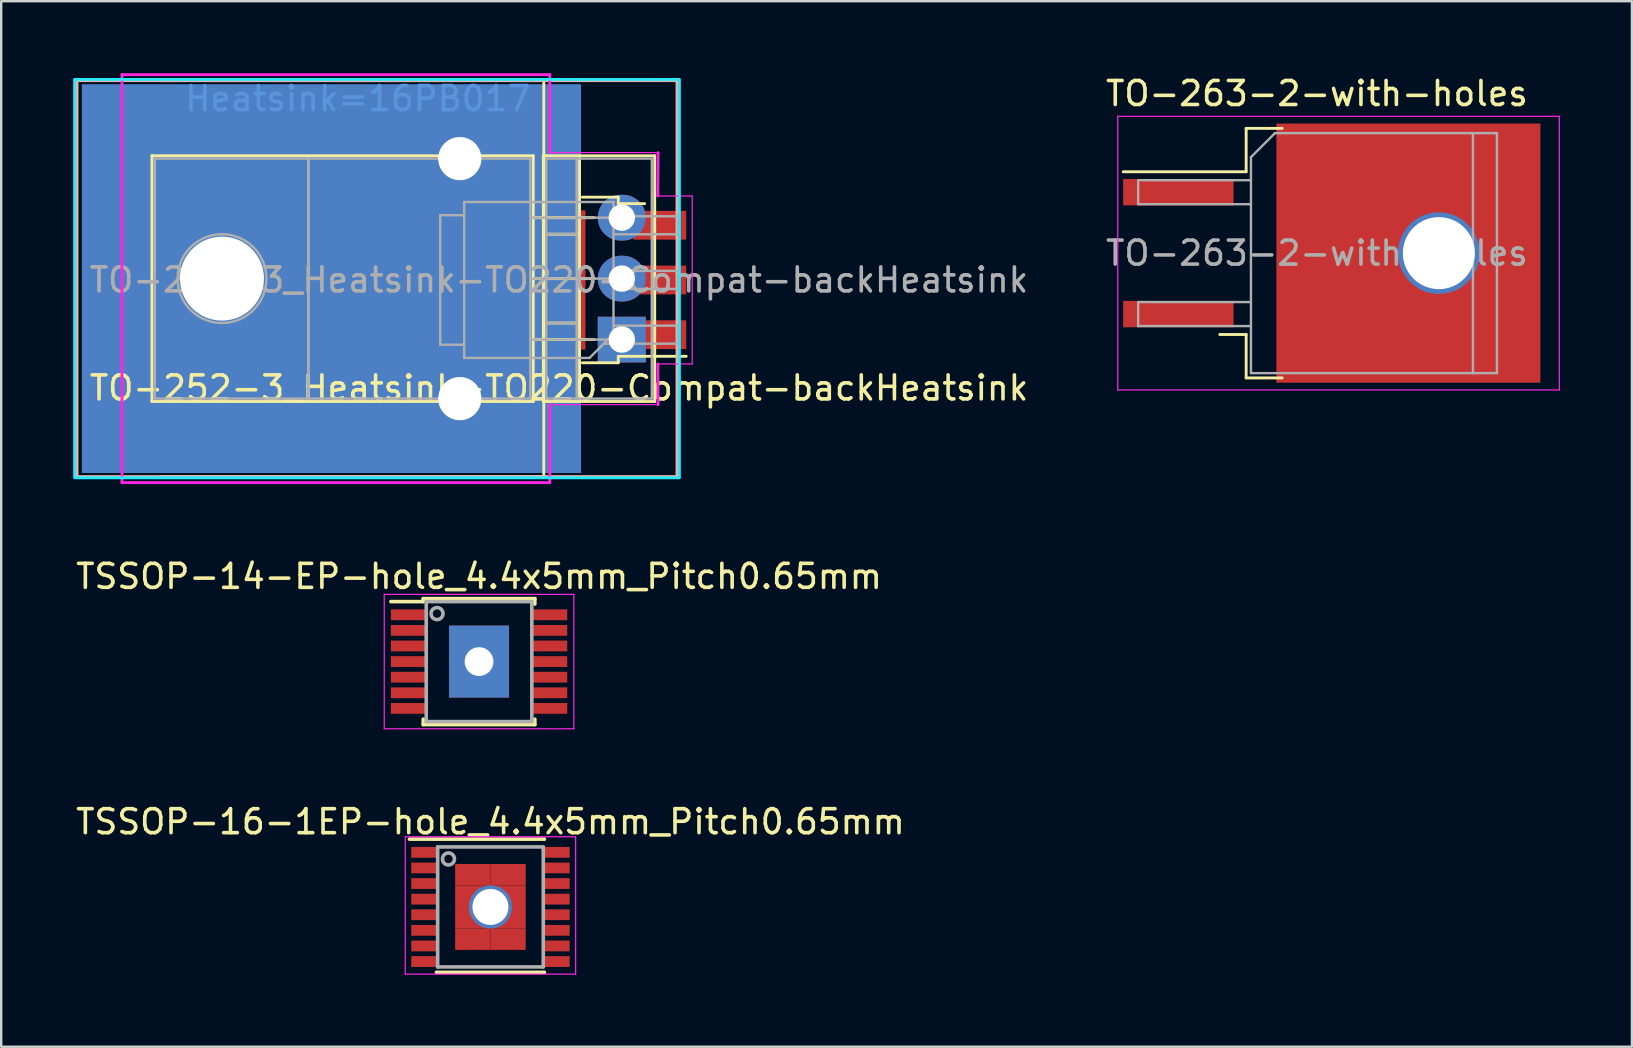
<source format=kicad_pcb>
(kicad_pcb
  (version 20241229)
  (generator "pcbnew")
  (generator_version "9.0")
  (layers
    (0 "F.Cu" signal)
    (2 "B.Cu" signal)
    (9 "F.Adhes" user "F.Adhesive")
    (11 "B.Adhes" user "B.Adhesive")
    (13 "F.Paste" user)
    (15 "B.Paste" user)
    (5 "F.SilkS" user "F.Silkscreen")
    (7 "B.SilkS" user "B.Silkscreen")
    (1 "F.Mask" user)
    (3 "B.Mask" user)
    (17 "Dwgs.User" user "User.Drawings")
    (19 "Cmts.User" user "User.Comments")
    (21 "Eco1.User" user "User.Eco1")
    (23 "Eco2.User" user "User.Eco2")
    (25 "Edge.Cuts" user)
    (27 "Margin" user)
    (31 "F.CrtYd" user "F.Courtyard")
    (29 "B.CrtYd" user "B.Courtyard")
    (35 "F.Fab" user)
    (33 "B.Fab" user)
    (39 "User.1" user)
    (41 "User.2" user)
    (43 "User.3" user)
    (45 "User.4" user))
  (footprint "TO-252-3_Heatsink-TO220-Compat-backHeatsink"
    (layer "F.Cu")
    (at 22.86 8.56)
    (property "Reference" "TO-252-3_Heatsink-TO220-Compat-backHeatsink" (at -2.616 4.556 180) (layer "F.SilkS") (effects (font (size 1 1) (thickness 0.15))))
    (attr through_hole)
    (fp_line (start -19.58 -5.12) (end -3.69 -5.12) (stroke (width 0.12) (type solid)) (layer "F.SilkS"))
    (fp_line (start -19.58 5.12) (end -19.58 -5.12) (stroke (width 0.12) (type solid)) (layer "F.SilkS"))
    (fp_line (start -19.58 5.12) (end -3.69 5.12) (stroke (width 0.12) (type solid)) (layer "F.SilkS"))
    (fp_line (start -3.69 -2.54) (end -1.15 -2.54) (stroke (width 0.12) (type solid)) (layer "F.SilkS"))
    (fp_line (start -3.69 0) (end -1.15 0) (stroke (width 0.12) (type solid)) (layer "F.SilkS"))
    (fp_line (start -3.69 2.54) (end -1.15 2.54) (stroke (width 0.12) (type solid)) (layer "F.SilkS"))
    (fp_line (start -3.69 5.12) (end -3.69 -5.12) (stroke (width 0.12) (type solid)) (layer "F.SilkS"))
    (fp_line (start -3.27 -5.12) (end 1.371 -5.12) (stroke (width 0.12) (type solid)) (layer "F.SilkS"))
    (fp_line (start -3.27 -1.851) (end -1.76 -1.851) (stroke (width 0.12) (type solid)) (layer "F.SilkS"))
    (fp_line (start -3.27 1.85) (end -1.76 1.85) (stroke (width 0.12) (type solid)) (layer "F.SilkS"))
    (fp_line (start -3.27 5.12) (end -3.27 -5.12) (stroke (width 0.12) (type solid)) (layer "F.SilkS"))
    (fp_line (start -3.27 5.12) (end 1.371 5.12) (stroke (width 0.12) (type solid)) (layer "F.SilkS"))
    (fp_line (start -3.25 -8.25) (end -19.25 -8.25) (stroke (width 0.12) (type solid)) (layer "F.SilkS"))
    (fp_line (start -3.25 0) (end -3.25 -8.25) (stroke (width 0.12) (type solid)) (layer "F.SilkS"))
    (fp_line (start -3.25 0) (end -3.25 8.25) (stroke (width 0.12) (type solid)) (layer "F.SilkS"))
    (fp_line (start -3.25 8.25) (end -19.25 8.25) (stroke (width 0.12) (type solid)) (layer "F.SilkS"))
    (fp_line (start -1.76 5.12) (end -1.76 -5.12) (stroke (width 0.12) (type solid)) (layer "F.SilkS"))
    (fp_line (start -1.646 -3.394) (end -0.146 -3.394) (stroke (width 0.12) (type solid)) (layer "F.SilkS"))
    (fp_line (start -1.646 3.506) (end -0.146 3.506) (stroke (width 0.12) (type solid)) (layer "F.SilkS"))
    (fp_line (start -0.146 -3.394) (end -0.146 -3.124) (stroke (width 0.12) (type solid)) (layer "F.SilkS"))
    (fp_line (start -0.146 -3.124) (end 0.954 -3.124) (stroke (width 0.12) (type solid)) (layer "F.SilkS"))
    (fp_line (start -0.146 3.236) (end 2.684 3.236) (stroke (width 0.12) (type solid)) (layer "F.SilkS"))
    (fp_line (start -0.146 3.506) (end -0.146 3.236) (stroke (width 0.12) (type solid)) (layer "F.SilkS"))
    (fp_line (start 1.371 5.12) (end 1.371 -5.12) (stroke (width 0.12) (type solid)) (layer "F.SilkS"))
    (fp_rect (start -22.7 -8.25) (end 2.3 8.25) (stroke (width 0.12) (type solid)) (fill no) (layer "B.SilkS"))
    (fp_rect (start -22.8 -8.3) (end 2.4 8.3) (stroke (width 0.12) (type solid)) (fill no) (layer "B.CrtYd"))
    (fp_line (start -20.828 -8.5) (end -3 -8.5) (stroke (width 0.12) (type solid)) (layer "F.CrtYd"))
    (fp_line (start -20.828 8.5) (end -20.828 -8.5) (stroke (width 0.12) (type solid)) (layer "F.CrtYd"))
    (fp_line (start -3 -8.5) (end -3 -5.25) (stroke (width 0.12) (type solid)) (layer "F.CrtYd"))
    (fp_line (start -3 5.25) (end -3 8.5) (stroke (width 0.12) (type solid)) (layer "F.CrtYd"))
    (fp_line (start -3 5.25) (end 1.51 5.25) (stroke (width 0.05) (type solid)) (layer "F.CrtYd"))
    (fp_line (start -3 8.5) (end -20.828 8.5) (stroke (width 0.12) (type solid)) (layer "F.CrtYd"))
    (fp_line (start 1.5 3.556) (end 1.51 5.25) (stroke (width 0.12) (type solid)) (layer "F.CrtYd"))
    (fp_line (start 1.5 3.556) (end 2.934 3.556) (stroke (width 0.05) (type solid)) (layer "F.CrtYd"))
    (fp_line (start 1.51 -5.25) (end -3 -5.25) (stroke (width 0.05) (type solid)) (layer "F.CrtYd"))
    (fp_line (start 1.51 -5.25) (end 1.5 -3.444) (stroke (width 0.12) (type solid)) (layer "F.CrtYd"))
    (fp_line (start 2.934 -3.444) (end 1.5 -3.444) (stroke (width 0.05) (type solid)) (layer "F.CrtYd"))
    (fp_line (start 2.934 3.556) (end 2.934 -3.444) (stroke (width 0.05) (type solid)) (layer "F.CrtYd"))
    (fp_line (start -19.46 -5) (end -13.06 -5) (stroke (width 0.1) (type solid)) (layer "F.Fab"))
    (fp_line (start -19.46 5) (end -19.46 -5) (stroke (width 0.1) (type solid)) (layer "F.Fab"))
    (fp_line (start -13.06 -5) (end -13.06 5) (stroke (width 0.1) (type solid)) (layer "F.Fab"))
    (fp_line (start -13.06 -5) (end -3.81 -5) (stroke (width 0.1) (type solid)) (layer "F.Fab"))
    (fp_line (start -13.06 5) (end -19.46 5) (stroke (width 0.1) (type solid)) (layer "F.Fab"))
    (fp_line (start -13.06 5) (end -13.06 -5) (stroke (width 0.1) (type solid)) (layer "F.Fab"))
    (fp_line (start -7.566 -2.644) (end -6.566 -2.644) (stroke (width 0.1) (type solid)) (layer "F.Fab"))
    (fp_line (start -7.566 2.756) (end -7.566 -2.644) (stroke (width 0.1) (type solid)) (layer "F.Fab"))
    (fp_line (start -6.566 -3.194) (end -0.346 -3.194) (stroke (width 0.1) (type solid)) (layer "F.Fab"))
    (fp_line (start -6.566 2.756) (end -7.566 2.756) (stroke (width 0.1) (type solid)) (layer "F.Fab"))
    (fp_line (start -6.566 3.306) (end -6.566 -3.194) (stroke (width 0.1) (type solid)) (layer "F.Fab"))
    (fp_line (start -3.81 -5) (end -3.81 5) (stroke (width 0.1) (type solid)) (layer "F.Fab"))
    (fp_line (start -3.81 -2.54) (end 0 -2.54) (stroke (width 0.1) (type solid)) (layer "F.Fab"))
    (fp_line (start -3.81 0) (end 0 0) (stroke (width 0.1) (type solid)) (layer "F.Fab"))
    (fp_line (start -3.81 2.54) (end 0 2.54) (stroke (width 0.1) (type solid)) (layer "F.Fab"))
    (fp_line (start -3.81 5) (end -13.06 5) (stroke (width 0.1) (type solid)) (layer "F.Fab"))
    (fp_line (start -3.15 -5) (end -3.15 5) (stroke (width 0.1) (type solid)) (layer "F.Fab"))
    (fp_line (start -3.15 -1.85) (end -1.88 -1.85) (stroke (width 0.1) (type solid)) (layer "F.Fab"))
    (fp_line (start -3.15 1.85) (end -1.88 1.85) (stroke (width 0.1) (type solid)) (layer "F.Fab"))
    (fp_line (start -3.15 5) (end 1.25 5) (stroke (width 0.1) (type solid)) (layer "F.Fab"))
    (fp_line (start -1.88 5) (end -1.88 -5) (stroke (width 0.1) (type solid)) (layer "F.Fab"))
    (fp_line (start -1.346 3.306) (end -6.566 3.306) (stroke (width 0.1) (type solid)) (layer "F.Fab"))
    (fp_line (start -0.751 2.711) (end 2.354 2.711) (stroke (width 0.1) (type solid)) (layer "F.Fab"))
    (fp_line (start -0.346 -3.194) (end -0.346 2.306) (stroke (width 0.1) (type solid)) (layer "F.Fab"))
    (fp_line (start -0.346 -1.849) (end 2.354 -1.849) (stroke (width 0.1) (type solid)) (layer "F.Fab"))
    (fp_line (start -0.346 0.431) (end 2.354 0.431) (stroke (width 0.1) (type solid)) (layer "F.Fab"))
    (fp_line (start -0.346 2.306) (end -1.346 3.306) (stroke (width 0.1) (type solid)) (layer "F.Fab"))
    (fp_line (start 1.25 -5) (end -3.15 -5) (stroke (width 0.1) (type solid)) (layer "F.Fab"))
    (fp_line (start 1.25 5) (end 1.25 -5) (stroke (width 0.1) (type solid)) (layer "F.Fab"))
    (fp_line (start 2.354 -2.599) (end -0.346 -2.599) (stroke (width 0.1) (type solid)) (layer "F.Fab"))
    (fp_line (start 2.354 -1.849) (end 2.354 -2.599) (stroke (width 0.1) (type solid)) (layer "F.Fab"))
    (fp_line (start 2.354 -0.319) (end -0.346 -0.319) (stroke (width 0.1) (type solid)) (layer "F.Fab"))
    (fp_line (start 2.354 0.431) (end 2.354 -0.319) (stroke (width 0.1) (type solid)) (layer "F.Fab"))
    (fp_line (start 2.354 1.961) (end -0.346 1.961) (stroke (width 0.1) (type solid)) (layer "F.Fab"))
    (fp_line (start 2.354 2.711) (end 2.354 1.961) (stroke (width 0.1) (type solid)) (layer "F.Fab"))
    (fp_circle (center -16.66 0) (end -16.66 -1.85) (stroke (width 0.1) (type solid)) (fill no) (layer "F.Fab"))
    (fp_text user "Heatsink=16PB017" (at -11 -7.5 0) (unlocked yes) (layer "Cmts.User") (effects (font (size 1 1) (thickness 0.15))))
    (fp_text user "${REFERENCE}" (at -2.616 0.056 180) (layer "F.Fab") (effects (font (size 1 1) (thickness 0.15))))
    (pad "" smd rect (at -6.391 -1.469 180) (size 3.05 2.75) (layers "F.Paste"))
    (pad "" smd rect (at -6.391 1.581 180) (size 3.05 2.75) (layers "F.Paste"))
    (pad "" smd rect (at -3.041 -1.469 180) (size 3.05 2.75) (layers "F.Paste"))
    (pad "" smd rect (at -3.041 1.581 180) (size 3.05 2.75) (layers "F.Paste"))
    (pad "1" thru_hole rect (at 0 2.54 90) (size 1.905 2) (drill 1.1) (layers "*.Cu" "*.Mask"))
    (pad "1" smd rect (at 1.584 2.336 180) (size 2.2 1.2) (layers "F.Cu" "F.Mask" "F.Paste"))
    (pad "2" thru_hole circle (at -16.66 0 90) (size 6.6 6.6) (drill 3.5) (layers "*.Cu" "*.Mask"))
    (pad "2" smd rect (at -12.1 0) (size 20.8 16.2) (layers "B.Cu" "B.Mask"))
    (pad "2" smd rect (at -11.938 0 180) (size 17.272 14.732) (layers "F.Cu" "F.Mask"))
    (pad "2" thru_hole circle (at -6.75 -5) (size 3.8 3.8) (drill 1.8) (layers "*.Cu" "*.Mask"))
    (pad "2" thru_hole circle (at -6.75 5) (size 3.8 3.8) (drill 1.8) (layers "*.Cu" "*.Mask"))
    (pad "2" smd rect (at -4.716 0.056 180) (size 6.4 5.8) (layers "F.Cu" "F.Mask"))
    (pad "2" thru_hole oval (at 0 0 90) (size 1.905 2) (drill 1.1) (layers "*.Cu" "*.Mask"))
    (pad "2" smd rect (at 1.584 0.056 180) (size 2.2 1.2) (layers "F.Cu" "F.Mask" "F.Paste"))
    (pad "3" thru_hole oval (at 0 -2.54 90) (size 1.905 2) (drill 1.1) (layers "*.Cu" "*.Mask"))
    (pad "3" smd rect (at 1.584 -2.224 180) (size 2.2 1.2) (layers "F.Cu" "F.Mask" "F.Paste")))
  (footprint "TSSOP-14-EP-hole_4.4x5mm_Pitch0.65mm"
    (layer "F.Cu")
    (at 16.911 24.518)
    (property "Reference" "TSSOP-14-EP-hole_4.4x5mm_Pitch0.65mm" (at 0 -3.55 0) (layer "F.SilkS") (effects (font (size 1 1) (thickness 0.15))))
    (attr smd)
    (fp_line (start -2.325 -2.625) (end -2.325 -2.5) (stroke (width 0.15) (type solid)) (layer "F.SilkS"))
    (fp_line (start -2.325 -2.625) (end 2.325 -2.625) (stroke (width 0.15) (type solid)) (layer "F.SilkS"))
    (fp_line (start -2.325 -2.5) (end -3.675 -2.5) (stroke (width 0.15) (type solid)) (layer "F.SilkS"))
    (fp_line (start -2.325 2.625) (end -2.325 2.4) (stroke (width 0.15) (type solid)) (layer "F.SilkS"))
    (fp_line (start -2.325 2.625) (end 2.325 2.625) (stroke (width 0.15) (type solid)) (layer "F.SilkS"))
    (fp_line (start 2.325 -2.625) (end 2.325 -2.4) (stroke (width 0.15) (type solid)) (layer "F.SilkS"))
    (fp_line (start 2.325 2.625) (end 2.325 2.4) (stroke (width 0.15) (type solid)) (layer "F.SilkS"))
    (fp_line (start -3.95 -2.8) (end -3.95 2.8) (stroke (width 0.05) (type solid)) (layer "F.CrtYd"))
    (fp_line (start -3.95 -2.8) (end 3.95 -2.8) (stroke (width 0.05) (type solid)) (layer "F.CrtYd"))
    (fp_line (start -3.95 2.8) (end 3.95 2.8) (stroke (width 0.05) (type solid)) (layer "F.CrtYd"))
    (fp_line (start 3.95 -2.8) (end 3.95 2.8) (stroke (width 0.05) (type solid)) (layer "F.CrtYd"))
    (fp_line (start -2.2 -2.5) (end 2.2 -2.5) (stroke (width 0.15) (type solid)) (layer "F.Fab"))
    (fp_line (start -2.2 2.5) (end -2.2 -2.5) (stroke (width 0.15) (type solid)) (layer "F.Fab"))
    (fp_line (start 2.2 -2.5) (end 2.2 2.5) (stroke (width 0.15) (type solid)) (layer "F.Fab"))
    (fp_line (start 2.2 2.5) (end -2.2 2.5) (stroke (width 0.15) (type solid)) (layer "F.Fab"))
    (fp_circle (center -1.75 -2) (end -2 -2) (stroke (width 0.15) (type solid)) (fill no) (layer "F.Fab"))
    (pad "1" smd rect (at -2.95 -1.95) (size 1.45 0.45) (layers "F.Cu" "F.Mask" "F.Paste"))
    (pad "2" smd rect (at -2.95 -1.3) (size 1.45 0.45) (layers "F.Cu" "F.Mask" "F.Paste"))
    (pad "3" smd rect (at -2.95 -0.65) (size 1.45 0.45) (layers "F.Cu" "F.Mask" "F.Paste"))
    (pad "4" smd rect (at -2.95 0) (size 1.45 0.45) (layers "F.Cu" "F.Mask" "F.Paste"))
    (pad "5" smd rect (at -2.95 0.65) (size 1.45 0.45) (layers "F.Cu" "F.Mask" "F.Paste"))
    (pad "6" smd rect (at -2.95 1.3) (size 1.45 0.45) (layers "F.Cu" "F.Mask" "F.Paste"))
    (pad "7" smd rect (at -2.95 1.95) (size 1.45 0.45) (layers "F.Cu" "F.Mask" "F.Paste"))
    (pad "8" smd rect (at 2.95 1.95) (size 1.45 0.45) (layers "F.Cu" "F.Mask" "F.Paste"))
    (pad "9" smd rect (at 2.95 1.3) (size 1.45 0.45) (layers "F.Cu" "F.Mask" "F.Paste"))
    (pad "10" smd rect (at 2.95 0.65) (size 1.45 0.45) (layers "F.Cu" "F.Mask" "F.Paste"))
    (pad "11" smd rect (at 2.95 0) (size 1.45 0.45) (layers "F.Cu" "F.Mask" "F.Paste"))
    (pad "12" smd rect (at 2.95 -0.65) (size 1.45 0.45) (layers "F.Cu" "F.Mask" "F.Paste"))
    (pad "13" smd rect (at 2.95 -1.3) (size 1.45 0.45) (layers "F.Cu" "F.Mask" "F.Paste"))
    (pad "14" smd rect (at 2.95 -1.95) (size 1.45 0.45) (layers "F.Cu" "F.Mask" "F.Paste"))
    (pad "15" thru_hole rect (at 0 0) (size 2.5 3) (drill 1.2) (layers "*.Cu" "*.Mask")))
  (footprint "TSSOP-16-1EP-hole_4.4x5mm_Pitch0.65mm"
    (layer "F.Cu")
    (at 17.387 34.742)
    (property "Reference" "TSSOP-16-1EP-hole_4.4x5mm_Pitch0.65mm" (at 0 -3.55 0) (layer "F.SilkS") (effects (font (size 1 1) (thickness 0.15))))
    (attr smd)
    (fp_line (start -3.375 -2.825) (end 2.25 -2.825) (stroke (width 0.15) (type solid)) (layer "F.SilkS"))
    (fp_line (start -2.25 2.725) (end 2.25 2.725) (stroke (width 0.15) (type solid)) (layer "F.SilkS"))
    (fp_line (start -3.55 -2.925) (end -3.55 2.8) (stroke (width 0.05) (type solid)) (layer "F.CrtYd"))
    (fp_line (start -3.55 -2.925) (end 3.55 -2.925) (stroke (width 0.05) (type solid)) (layer "F.CrtYd"))
    (fp_line (start -3.55 2.8) (end 3.55 2.8) (stroke (width 0.05) (type solid)) (layer "F.CrtYd"))
    (fp_line (start 3.55 -2.925) (end 3.55 2.8) (stroke (width 0.05) (type solid)) (layer "F.CrtYd"))
    (fp_line (start -2.2 -2.5) (end 2.2 -2.5) (stroke (width 0.15) (type solid)) (layer "F.Fab"))
    (fp_line (start -2.2 2.5) (end -2.2 -2.5) (stroke (width 0.15) (type solid)) (layer "F.Fab"))
    (fp_line (start 2.2 -2.5) (end 2.2 2.5) (stroke (width 0.15) (type solid)) (layer "F.Fab"))
    (fp_line (start 2.2 2.5) (end -2.2 2.5) (stroke (width 0.15) (type solid)) (layer "F.Fab"))
    (fp_circle (center -1.75 -2) (end -2 -2) (stroke (width 0.15) (type solid)) (fill no) (layer "F.Fab"))
    (pad "1" smd rect (at -2.775 -2.275) (size 1.05 0.45) (layers "F.Cu" "F.Mask" "F.Paste"))
    (pad "2" smd rect (at -2.775 -1.625) (size 1.05 0.45) (layers "F.Cu" "F.Mask" "F.Paste"))
    (pad "3" smd rect (at -2.775 -0.975) (size 1.05 0.45) (layers "F.Cu" "F.Mask" "F.Paste"))
    (pad "4" smd rect (at -2.775 -0.325) (size 1.05 0.45) (layers "F.Cu" "F.Mask" "F.Paste"))
    (pad "5" smd rect (at -2.775 0.325) (size 1.05 0.45) (layers "F.Cu" "F.Mask" "F.Paste"))
    (pad "6" smd rect (at -2.775 0.975) (size 1.05 0.45) (layers "F.Cu" "F.Mask" "F.Paste"))
    (pad "7" smd rect (at -2.775 1.625) (size 1.05 0.45) (layers "F.Cu" "F.Mask" "F.Paste"))
    (pad "8" smd rect (at -2.775 2.275) (size 1.05 0.45) (layers "F.Cu" "F.Mask" "F.Paste"))
    (pad "9" smd rect (at 2.775 2.275) (size 1.05 0.45) (layers "F.Cu" "F.Mask" "F.Paste"))
    (pad "10" smd rect (at 2.775 1.625) (size 1.05 0.45) (layers "F.Cu" "F.Mask" "F.Paste"))
    (pad "11" smd rect (at 2.775 0.975) (size 1.05 0.45) (layers "F.Cu" "F.Mask" "F.Paste"))
    (pad "12" smd rect (at 2.775 0.325) (size 1.05 0.45) (layers "F.Cu" "F.Mask" "F.Paste"))
    (pad "13" smd rect (at 2.775 -0.325) (size 1.05 0.45) (layers "F.Cu" "F.Mask" "F.Paste"))
    (pad "14" smd rect (at 2.775 -0.975) (size 1.05 0.45) (layers "F.Cu" "F.Mask" "F.Paste"))
    (pad "15" smd rect (at 2.775 -1.625) (size 1.05 0.45) (layers "F.Cu" "F.Mask" "F.Paste"))
    (pad "16" smd rect (at 2.775 -2.275) (size 1.05 0.45) (layers "F.Cu" "F.Mask" "F.Paste"))
    (pad "17" smd rect (at -0.735 -1.343) (size 1.47 0.895) (layers "F.Cu" "F.Mask" "F.Paste"))
    (pad "17" smd rect (at -0.735 -0.448) (size 1.47 0.895) (layers "F.Cu" "F.Mask" "F.Paste"))
    (pad "17" smd rect (at -0.735 0.448) (size 1.47 0.895) (layers "F.Cu" "F.Mask" "F.Paste"))
    (pad "17" smd rect (at -0.735 1.343) (size 1.47 0.895) (layers "F.Cu" "F.Mask" "F.Paste"))
    (pad "17" thru_hole circle (at 0 0) (size 1.8 1.8) (drill 1.5) (layers "*.Cu" "*.Mask"))
    (pad "17" smd rect (at 0.735 -1.343) (size 1.47 0.895) (layers "F.Cu" "F.Mask" "F.Paste"))
    (pad "17" smd rect (at 0.735 -0.448) (size 1.47 0.895) (layers "F.Cu" "F.Mask" "F.Paste"))
    (pad "17" smd rect (at 0.735 0.448) (size 1.47 0.895) (layers "F.Cu" "F.Mask" "F.Paste"))
    (pad "17" smd rect (at 0.735 1.343) (size 1.47 0.895) (layers "F.Cu" "F.Mask" "F.Paste")))
  (footprint "TO-263-2-with-holes"
    (layer "F.Cu")
    (at 51.827 7.498)
    (property "Reference" "TO-263-2-with-holes" (at 0 -6.65 0) (layer "F.SilkS") (effects (font (size 1 1) (thickness 0.15))))
    (attr smd)
    (fp_line (start -2.95 -5.2) (end -2.95 -3.39) (stroke (width 0.12) (type solid)) (layer "F.SilkS"))
    (fp_line (start -2.95 -3.39) (end -8.075 -3.39) (stroke (width 0.12) (type solid)) (layer "F.SilkS"))
    (fp_line (start -2.95 3.39) (end -4.05 3.39) (stroke (width 0.12) (type solid)) (layer "F.SilkS"))
    (fp_line (start -2.95 5.2) (end -2.95 3.39) (stroke (width 0.12) (type solid)) (layer "F.SilkS"))
    (fp_line (start -1.45 -5.2) (end -2.95 -5.2) (stroke (width 0.12) (type solid)) (layer "F.SilkS"))
    (fp_line (start -1.45 5.2) (end -2.95 5.2) (stroke (width 0.12) (type solid)) (layer "F.SilkS"))
    (fp_line (start -8.3 -5.7) (end -8.3 5.7) (stroke (width 0.05) (type solid)) (layer "F.CrtYd"))
    (fp_line (start -8.3 5.7) (end 10.1 5.7) (stroke (width 0.05) (type solid)) (layer "F.CrtYd"))
    (fp_line (start 10.1 -5.7) (end -8.3 -5.7) (stroke (width 0.05) (type solid)) (layer "F.CrtYd"))
    (fp_line (start 10.1 5.7) (end 10.1 -5.7) (stroke (width 0.05) (type solid)) (layer "F.CrtYd"))
    (fp_line (start -7.45 -3.04) (end -7.45 -2.04) (stroke (width 0.1) (type solid)) (layer "F.Fab"))
    (fp_line (start -7.45 -2.04) (end -2.75 -2.04) (stroke (width 0.1) (type solid)) (layer "F.Fab"))
    (fp_line (start -7.45 2.04) (end -7.45 3.04) (stroke (width 0.1) (type solid)) (layer "F.Fab"))
    (fp_line (start -7.45 3.04) (end -2.75 3.04) (stroke (width 0.1) (type solid)) (layer "F.Fab"))
    (fp_line (start -2.75 -4) (end -1.75 -5) (stroke (width 0.1) (type solid)) (layer "F.Fab"))
    (fp_line (start -2.75 -3.04) (end -7.45 -3.04) (stroke (width 0.1) (type solid)) (layer "F.Fab"))
    (fp_line (start -2.75 2.04) (end -7.45 2.04) (stroke (width 0.1) (type solid)) (layer "F.Fab"))
    (fp_line (start -2.75 5) (end -2.75 -4) (stroke (width 0.1) (type solid)) (layer "F.Fab"))
    (fp_line (start -1.75 -5) (end 6.5 -5) (stroke (width 0.1) (type solid)) (layer "F.Fab"))
    (fp_line (start 6.5 -5) (end 6.5 5) (stroke (width 0.1) (type solid)) (layer "F.Fab"))
    (fp_line (start 6.5 -5) (end 7.5 -5) (stroke (width 0.1) (type solid)) (layer "F.Fab"))
    (fp_line (start 6.5 5) (end -2.75 5) (stroke (width 0.1) (type solid)) (layer "F.Fab"))
    (fp_line (start 7.5 -5) (end 7.5 5) (stroke (width 0.1) (type solid)) (layer "F.Fab"))
    (fp_line (start 7.5 5) (end 6.5 5) (stroke (width 0.1) (type solid)) (layer "F.Fab"))
    (fp_text user "${REFERENCE}" (at 0 0 0) (layer "F.Fab") (effects (font (size 1 1) (thickness 0.15))))
    (pad "1" smd rect (at -5.775 -2.54) (size 4.6 1.1) (layers "F.Cu" "F.Mask" "F.Paste"))
    (pad "2" smd rect (at 3.81 0) (size 11 10.8) (layers "F.Cu" "F.Mask"))
    (pad "2" thru_hole circle (at 5.08 0) (size 3.4 3.4) (drill 3) (layers "*.Cu" "*.Mask"))
    (pad "3" smd rect (at -5.775 2.54) (size 4.6 1.1) (layers "F.Cu" "F.Mask" "F.Paste")))
  (gr_rect
    (start -3 -3)
    (end 64.952 40.566)
    (stroke (width 0.1) (type default))
    (fill no)
    (layer "Edge.Cuts")))
</source>
